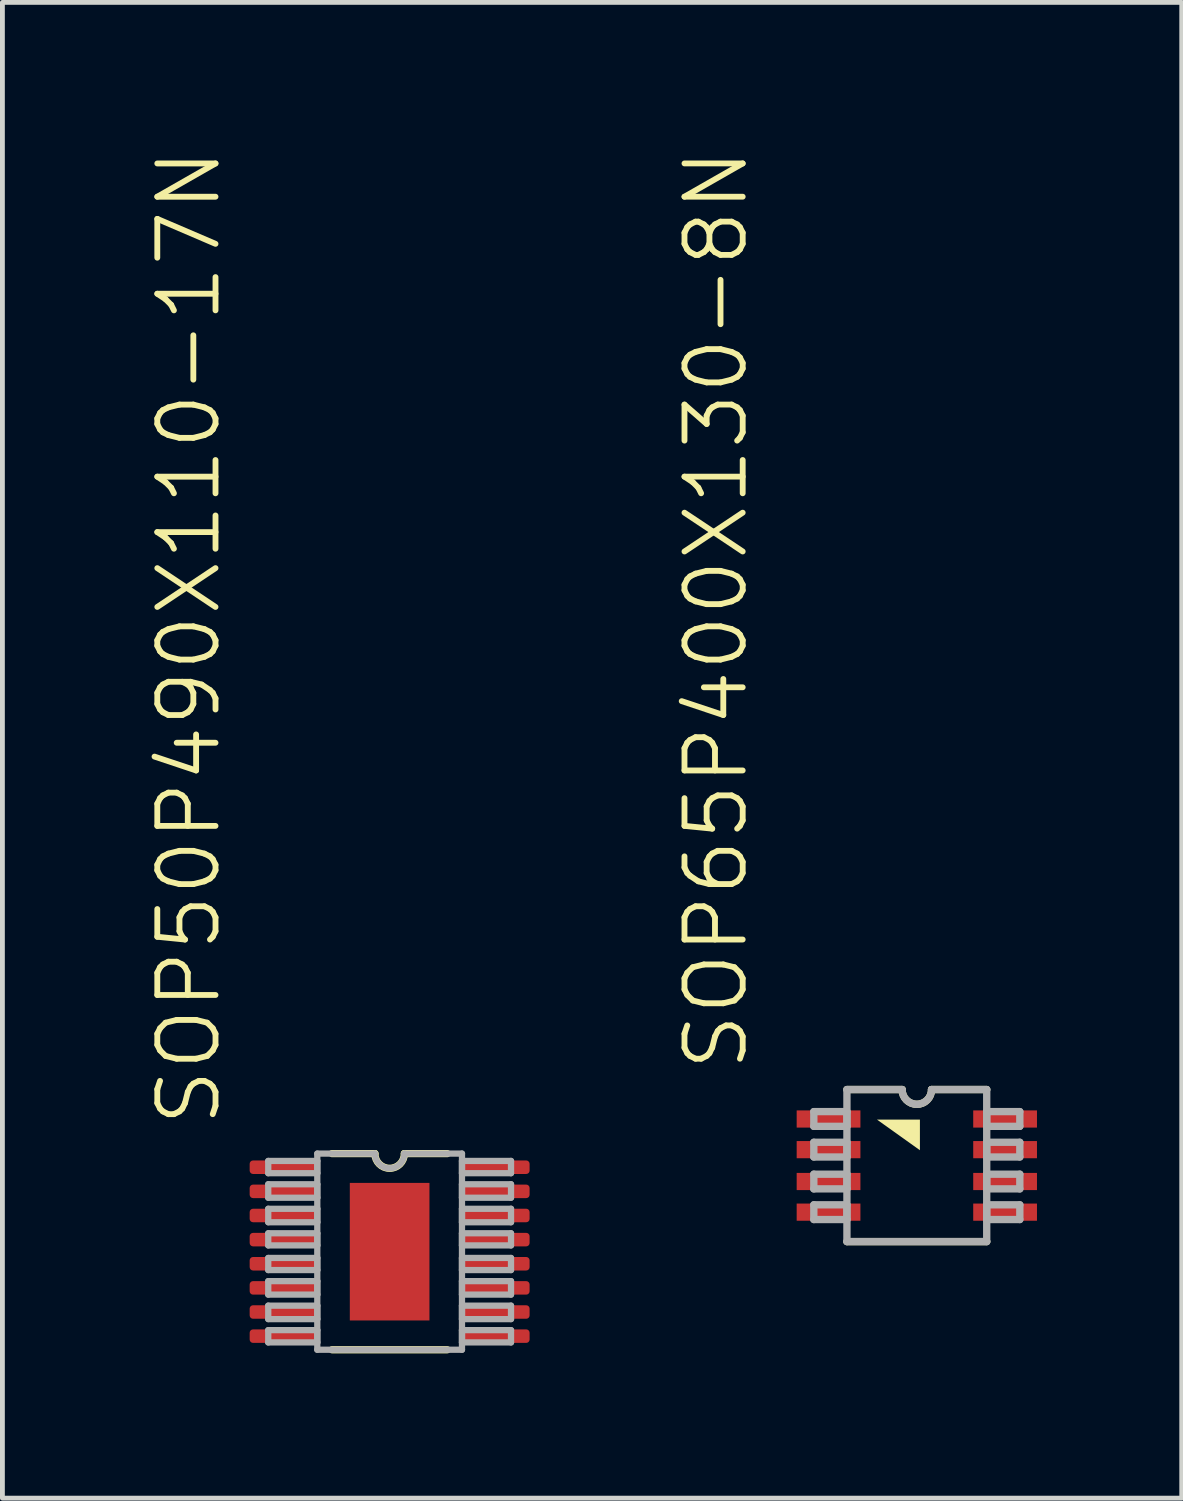
<source format=kicad_pcb>
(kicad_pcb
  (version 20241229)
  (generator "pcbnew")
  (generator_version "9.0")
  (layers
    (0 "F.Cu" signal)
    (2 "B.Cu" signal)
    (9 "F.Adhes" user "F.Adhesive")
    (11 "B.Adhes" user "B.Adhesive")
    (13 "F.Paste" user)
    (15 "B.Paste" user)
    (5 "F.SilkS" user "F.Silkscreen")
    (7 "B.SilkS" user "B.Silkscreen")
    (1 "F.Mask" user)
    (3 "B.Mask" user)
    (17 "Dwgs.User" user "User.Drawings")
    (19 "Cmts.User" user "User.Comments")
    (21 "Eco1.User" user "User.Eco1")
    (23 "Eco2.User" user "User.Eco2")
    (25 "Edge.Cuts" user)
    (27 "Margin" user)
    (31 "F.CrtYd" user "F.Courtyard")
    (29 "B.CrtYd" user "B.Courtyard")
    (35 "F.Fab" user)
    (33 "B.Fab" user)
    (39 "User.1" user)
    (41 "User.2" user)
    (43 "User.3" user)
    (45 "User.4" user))
  (footprint "SOP65P400X130-8N"
    (layer "F.Cu")
    (at 15.946 21.1)
    (property "Reference" "SOP65P400X130-8N" (at -3.454 -1.905 270) (layer "F.SilkS") (effects (font (size 1.206 1.206) (thickness 0.121)) (justify left bottom)))
    (attr through_hole)
    (fp_line (start -1.448 1.575) (end 1.448 1.575) (stroke (width 0.152) (type solid)) (layer "F.SilkS"))
    (fp_line (start -0.305 -1.575) (end -1.448 -1.575) (stroke (width 0.152) (type solid)) (layer "F.SilkS"))
    (fp_line (start 1.448 -1.575) (end 0.305 -1.575) (stroke (width 0.152) (type solid)) (layer "F.SilkS"))
    (fp_arc (start 0.3048 -1.5748) (mid 0 -1.27) (end -0.3048 -1.5748) (stroke (width 0.1524) (type solid)) (layer "F.SilkS"))
    (fp_poly (pts (xy -0.826 -0.953) (xy 0.064 -0.953) (xy 0.064 -0.318)) (stroke (width 0) (type solid)) (fill yes) (layer "F.SilkS"))
    (fp_line (start -2.134 -1.118) (end -2.134 -0.813) (stroke (width 0.152) (type solid)) (layer "F.Fab"))
    (fp_line (start -2.134 -0.813) (end -1.448 -0.813) (stroke (width 0.152) (type solid)) (layer "F.Fab"))
    (fp_line (start -2.134 -0.483) (end -2.134 -0.178) (stroke (width 0.152) (type solid)) (layer "F.Fab"))
    (fp_line (start -2.134 -0.178) (end -1.448 -0.178) (stroke (width 0.152) (type solid)) (layer "F.Fab"))
    (fp_line (start -2.134 0.178) (end -2.134 0.483) (stroke (width 0.152) (type solid)) (layer "F.Fab"))
    (fp_line (start -2.134 0.483) (end -1.448 0.483) (stroke (width 0.152) (type solid)) (layer "F.Fab"))
    (fp_line (start -2.134 0.813) (end -2.134 1.118) (stroke (width 0.152) (type solid)) (layer "F.Fab"))
    (fp_line (start -2.134 1.118) (end -1.448 1.118) (stroke (width 0.152) (type solid)) (layer "F.Fab"))
    (fp_line (start -1.448 -1.575) (end -1.448 1.575) (stroke (width 0.152) (type solid)) (layer "F.Fab"))
    (fp_line (start -1.448 -1.118) (end -2.134 -1.118) (stroke (width 0.152) (type solid)) (layer "F.Fab"))
    (fp_line (start -1.448 -0.813) (end -1.448 -1.118) (stroke (width 0.152) (type solid)) (layer "F.Fab"))
    (fp_line (start -1.448 -0.483) (end -2.134 -0.483) (stroke (width 0.152) (type solid)) (layer "F.Fab"))
    (fp_line (start -1.448 -0.178) (end -1.448 -0.483) (stroke (width 0.152) (type solid)) (layer "F.Fab"))
    (fp_line (start -1.448 0.178) (end -2.134 0.178) (stroke (width 0.152) (type solid)) (layer "F.Fab"))
    (fp_line (start -1.448 0.483) (end -1.448 0.178) (stroke (width 0.152) (type solid)) (layer "F.Fab"))
    (fp_line (start -1.448 0.813) (end -2.134 0.813) (stroke (width 0.152) (type solid)) (layer "F.Fab"))
    (fp_line (start -1.448 1.118) (end -1.448 0.813) (stroke (width 0.152) (type solid)) (layer "F.Fab"))
    (fp_line (start -1.448 1.575) (end 1.448 1.575) (stroke (width 0.152) (type solid)) (layer "F.Fab"))
    (fp_line (start -0.305 -1.575) (end -1.448 -1.575) (stroke (width 0.152) (type solid)) (layer "F.Fab"))
    (fp_line (start 1.448 -1.575) (end 0.305 -1.575) (stroke (width 0.152) (type solid)) (layer "F.Fab"))
    (fp_line (start 1.448 -1.118) (end 1.448 -0.813) (stroke (width 0.152) (type solid)) (layer "F.Fab"))
    (fp_line (start 1.448 -0.813) (end 2.134 -0.813) (stroke (width 0.152) (type solid)) (layer "F.Fab"))
    (fp_line (start 1.448 -0.483) (end 1.448 -0.178) (stroke (width 0.152) (type solid)) (layer "F.Fab"))
    (fp_line (start 1.448 -0.178) (end 2.134 -0.178) (stroke (width 0.152) (type solid)) (layer "F.Fab"))
    (fp_line (start 1.448 0.178) (end 1.448 0.483) (stroke (width 0.152) (type solid)) (layer "F.Fab"))
    (fp_line (start 1.448 0.483) (end 2.134 0.483) (stroke (width 0.152) (type solid)) (layer "F.Fab"))
    (fp_line (start 1.448 0.813) (end 1.448 1.118) (stroke (width 0.152) (type solid)) (layer "F.Fab"))
    (fp_line (start 1.448 1.118) (end 2.134 1.118) (stroke (width 0.152) (type solid)) (layer "F.Fab"))
    (fp_line (start 1.448 1.575) (end 1.448 -1.575) (stroke (width 0.152) (type solid)) (layer "F.Fab"))
    (fp_line (start 2.134 -1.118) (end 1.448 -1.118) (stroke (width 0.152) (type solid)) (layer "F.Fab"))
    (fp_line (start 2.134 -0.813) (end 2.134 -1.118) (stroke (width 0.152) (type solid)) (layer "F.Fab"))
    (fp_line (start 2.134 -0.483) (end 1.448 -0.483) (stroke (width 0.152) (type solid)) (layer "F.Fab"))
    (fp_line (start 2.134 -0.178) (end 2.134 -0.483) (stroke (width 0.152) (type solid)) (layer "F.Fab"))
    (fp_line (start 2.134 0.178) (end 1.448 0.178) (stroke (width 0.152) (type solid)) (layer "F.Fab"))
    (fp_line (start 2.134 0.483) (end 2.134 0.178) (stroke (width 0.152) (type solid)) (layer "F.Fab"))
    (fp_line (start 2.134 0.813) (end 1.448 0.813) (stroke (width 0.152) (type solid)) (layer "F.Fab"))
    (fp_line (start 2.134 1.118) (end 2.134 0.813) (stroke (width 0.152) (type solid)) (layer "F.Fab"))
    (fp_arc (start 0.3048 -1.5748) (mid 0 -1.27) (end -0.3048 -1.5748) (stroke (width 0.1524) (type solid)) (layer "F.Fab"))
    (pad "1" smd rect (at -1.829 -0.965) (size 1.321 0.356) (layers "F.Cu" "F.Mask" "F.Paste"))
    (pad "2" smd rect (at -1.829 -0.33) (size 1.321 0.356) (layers "F.Cu" "F.Mask" "F.Paste"))
    (pad "3" smd rect (at -1.829 0.33) (size 1.321 0.356) (layers "F.Cu" "F.Mask" "F.Paste"))
    (pad "4" smd rect (at -1.829 0.965) (size 1.321 0.356) (layers "F.Cu" "F.Mask" "F.Paste"))
    (pad "5" smd rect (at 1.829 0.965) (size 1.321 0.356) (layers "F.Cu" "F.Mask" "F.Paste"))
    (pad "6" smd rect (at 1.829 0.33) (size 1.321 0.356) (layers "F.Cu" "F.Mask" "F.Paste"))
    (pad "7" smd rect (at 1.829 -0.33) (size 1.321 0.356) (layers "F.Cu" "F.Mask" "F.Paste"))
    (pad "8" smd rect (at 1.829 -0.965) (size 1.321 0.356) (layers "F.Cu" "F.Mask" "F.Paste")))
  (footprint "SOP50P490X110-17N"
    (layer "F.Cu")
    (at 5.023 22.884)
    (property "Reference" "SOP50P490X110-17N" (at -3.454 -2.54 270) (layer "F.SilkS") (effects (font (size 1.206 1.206) (thickness 0.121)) (justify left bottom)))
    (attr through_hole)
    (fp_line (start -1.194 2.032) (end 1.194 2.032) (stroke (width 0.15) (type solid)) (layer "F.SilkS"))
    (fp_line (start -0.305 -2.032) (end -1.194 -2.032) (stroke (width 0.15) (type solid)) (layer "F.SilkS"))
    (fp_line (start 1.194 -2.032) (end 0.305 -2.032) (stroke (width 0.15) (type solid)) (layer "F.SilkS"))
    (fp_arc (start 0.3048 -2.032) (mid 0 -1.7272) (end -0.3048 -2.032) (stroke (width 0.15) (type solid)) (layer "F.SilkS"))
    (fp_line (start -2.515 -1.88) (end -2.515 -1.626) (stroke (width 0.13) (type solid)) (layer "F.Fab"))
    (fp_line (start -2.515 -1.626) (end -1.499 -1.626) (stroke (width 0.13) (type solid)) (layer "F.Fab"))
    (fp_line (start -2.515 -1.397) (end -2.515 -1.118) (stroke (width 0.13) (type solid)) (layer "F.Fab"))
    (fp_line (start -2.515 -1.118) (end -1.499 -1.118) (stroke (width 0.13) (type solid)) (layer "F.Fab"))
    (fp_line (start -2.515 -0.889) (end -2.515 -0.61) (stroke (width 0.13) (type solid)) (layer "F.Fab"))
    (fp_line (start -2.515 -0.61) (end -1.499 -0.61) (stroke (width 0.13) (type solid)) (layer "F.Fab"))
    (fp_line (start -2.515 -0.381) (end -2.515 -0.13) (stroke (width 0.13) (type solid)) (layer "F.Fab"))
    (fp_line (start -2.515 -0.13) (end -1.499 -0.13) (stroke (width 0.13) (type solid)) (layer "F.Fab"))
    (fp_line (start -2.515 0.13) (end -2.515 0.381) (stroke (width 0.13) (type solid)) (layer "F.Fab"))
    (fp_line (start -2.515 0.381) (end -1.499 0.381) (stroke (width 0.13) (type solid)) (layer "F.Fab"))
    (fp_line (start -2.515 0.61) (end -2.515 0.889) (stroke (width 0.13) (type solid)) (layer "F.Fab"))
    (fp_line (start -2.515 0.889) (end -1.499 0.889) (stroke (width 0.13) (type solid)) (layer "F.Fab"))
    (fp_line (start -2.515 1.118) (end -2.515 1.397) (stroke (width 0.13) (type solid)) (layer "F.Fab"))
    (fp_line (start -2.515 1.397) (end -1.499 1.397) (stroke (width 0.13) (type solid)) (layer "F.Fab"))
    (fp_line (start -2.515 1.626) (end -2.515 1.88) (stroke (width 0.13) (type solid)) (layer "F.Fab"))
    (fp_line (start -2.515 1.88) (end -1.499 1.88) (stroke (width 0.13) (type solid)) (layer "F.Fab"))
    (fp_line (start -1.499 -2.032) (end -1.499 2.032) (stroke (width 0.13) (type solid)) (layer "F.Fab"))
    (fp_line (start -1.499 -1.88) (end -2.515 -1.88) (stroke (width 0.13) (type solid)) (layer "F.Fab"))
    (fp_line (start -1.499 -1.626) (end -1.499 -1.88) (stroke (width 0.13) (type solid)) (layer "F.Fab"))
    (fp_line (start -1.499 -1.397) (end -2.515 -1.397) (stroke (width 0.13) (type solid)) (layer "F.Fab"))
    (fp_line (start -1.499 -1.118) (end -1.499 -1.397) (stroke (width 0.13) (type solid)) (layer "F.Fab"))
    (fp_line (start -1.499 -0.889) (end -2.515 -0.889) (stroke (width 0.13) (type solid)) (layer "F.Fab"))
    (fp_line (start -1.499 -0.61) (end -1.499 -0.889) (stroke (width 0.13) (type solid)) (layer "F.Fab"))
    (fp_line (start -1.499 -0.381) (end -2.515 -0.381) (stroke (width 0.13) (type solid)) (layer "F.Fab"))
    (fp_line (start -1.499 -0.13) (end -1.499 -0.381) (stroke (width 0.13) (type solid)) (layer "F.Fab"))
    (fp_line (start -1.499 0.13) (end -2.515 0.13) (stroke (width 0.13) (type solid)) (layer "F.Fab"))
    (fp_line (start -1.499 0.381) (end -1.499 0.13) (stroke (width 0.13) (type solid)) (layer "F.Fab"))
    (fp_line (start -1.499 0.61) (end -2.515 0.61) (stroke (width 0.13) (type solid)) (layer "F.Fab"))
    (fp_line (start -1.499 0.889) (end -1.499 0.61) (stroke (width 0.13) (type solid)) (layer "F.Fab"))
    (fp_line (start -1.499 1.118) (end -2.515 1.118) (stroke (width 0.13) (type solid)) (layer "F.Fab"))
    (fp_line (start -1.499 1.397) (end -1.499 1.118) (stroke (width 0.13) (type solid)) (layer "F.Fab"))
    (fp_line (start -1.499 1.626) (end -2.515 1.626) (stroke (width 0.13) (type solid)) (layer "F.Fab"))
    (fp_line (start -1.499 1.88) (end -1.499 1.626) (stroke (width 0.13) (type solid)) (layer "F.Fab"))
    (fp_line (start -1.499 2.032) (end 1.499 2.032) (stroke (width 0.13) (type solid)) (layer "F.Fab"))
    (fp_line (start -0.305 -2.032) (end -1.499 -2.032) (stroke (width 0.13) (type solid)) (layer "F.Fab"))
    (fp_line (start 1.499 -2.032) (end 0.305 -2.032) (stroke (width 0.13) (type solid)) (layer "F.Fab"))
    (fp_line (start 1.499 -1.88) (end 1.499 -1.626) (stroke (width 0.13) (type solid)) (layer "F.Fab"))
    (fp_line (start 1.499 -1.626) (end 2.515 -1.626) (stroke (width 0.13) (type solid)) (layer "F.Fab"))
    (fp_line (start 1.499 -1.397) (end 1.499 -1.118) (stroke (width 0.13) (type solid)) (layer "F.Fab"))
    (fp_line (start 1.499 -1.118) (end 2.515 -1.118) (stroke (width 0.13) (type solid)) (layer "F.Fab"))
    (fp_line (start 1.499 -0.889) (end 1.499 -0.61) (stroke (width 0.13) (type solid)) (layer "F.Fab"))
    (fp_line (start 1.499 -0.61) (end 2.515 -0.61) (stroke (width 0.13) (type solid)) (layer "F.Fab"))
    (fp_line (start 1.499 -0.381) (end 1.499 -0.13) (stroke (width 0.13) (type solid)) (layer "F.Fab"))
    (fp_line (start 1.499 -0.13) (end 2.515 -0.13) (stroke (width 0.13) (type solid)) (layer "F.Fab"))
    (fp_line (start 1.499 0.13) (end 1.499 0.381) (stroke (width 0.13) (type solid)) (layer "F.Fab"))
    (fp_line (start 1.499 0.381) (end 2.515 0.381) (stroke (width 0.13) (type solid)) (layer "F.Fab"))
    (fp_line (start 1.499 0.61) (end 1.499 0.889) (stroke (width 0.13) (type solid)) (layer "F.Fab"))
    (fp_line (start 1.499 0.889) (end 2.515 0.889) (stroke (width 0.13) (type solid)) (layer "F.Fab"))
    (fp_line (start 1.499 1.118) (end 1.499 1.397) (stroke (width 0.13) (type solid)) (layer "F.Fab"))
    (fp_line (start 1.499 1.397) (end 2.515 1.397) (stroke (width 0.13) (type solid)) (layer "F.Fab"))
    (fp_line (start 1.499 1.626) (end 1.499 1.88) (stroke (width 0.13) (type solid)) (layer "F.Fab"))
    (fp_line (start 1.499 1.88) (end 2.515 1.88) (stroke (width 0.13) (type solid)) (layer "F.Fab"))
    (fp_line (start 1.499 2.032) (end 1.499 -2.032) (stroke (width 0.13) (type solid)) (layer "F.Fab"))
    (fp_line (start 2.515 -1.88) (end 1.499 -1.88) (stroke (width 0.13) (type solid)) (layer "F.Fab"))
    (fp_line (start 2.515 -1.626) (end 2.515 -1.88) (stroke (width 0.13) (type solid)) (layer "F.Fab"))
    (fp_line (start 2.515 -1.397) (end 1.499 -1.397) (stroke (width 0.13) (type solid)) (layer "F.Fab"))
    (fp_line (start 2.515 -1.118) (end 2.515 -1.397) (stroke (width 0.13) (type solid)) (layer "F.Fab"))
    (fp_line (start 2.515 -0.889) (end 1.499 -0.889) (stroke (width 0.13) (type solid)) (layer "F.Fab"))
    (fp_line (start 2.515 -0.61) (end 2.515 -0.889) (stroke (width 0.13) (type solid)) (layer "F.Fab"))
    (fp_line (start 2.515 -0.381) (end 1.499 -0.381) (stroke (width 0.13) (type solid)) (layer "F.Fab"))
    (fp_line (start 2.515 -0.13) (end 2.515 -0.381) (stroke (width 0.13) (type solid)) (layer "F.Fab"))
    (fp_line (start 2.515 0.13) (end 1.499 0.13) (stroke (width 0.13) (type solid)) (layer "F.Fab"))
    (fp_line (start 2.515 0.381) (end 2.515 0.13) (stroke (width 0.13) (type solid)) (layer "F.Fab"))
    (fp_line (start 2.515 0.61) (end 1.499 0.61) (stroke (width 0.13) (type solid)) (layer "F.Fab"))
    (fp_line (start 2.515 0.889) (end 2.515 0.61) (stroke (width 0.13) (type solid)) (layer "F.Fab"))
    (fp_line (start 2.515 1.118) (end 1.499 1.118) (stroke (width 0.13) (type solid)) (layer "F.Fab"))
    (fp_line (start 2.515 1.397) (end 2.515 1.118) (stroke (width 0.13) (type solid)) (layer "F.Fab"))
    (fp_line (start 2.515 1.626) (end 1.499 1.626) (stroke (width 0.13) (type solid)) (layer "F.Fab"))
    (fp_line (start 2.515 1.88) (end 2.515 1.626) (stroke (width 0.13) (type solid)) (layer "F.Fab"))
    (fp_arc (start 0.3048 -2.032) (mid 0 -1.7272) (end -0.3048 -2.032) (stroke (width 0.13) (type solid)) (layer "F.Fab"))
    (pad "1" smd roundrect (at -2.2 -1.75) (size 1.4 0.28) (layers "F.Cu" "F.Mask" "F.Paste") (roundrect_rratio 0.25))
    (pad "2" smd roundrect (at -2.2 -1.25) (size 1.4 0.28) (layers "F.Cu" "F.Mask" "F.Paste") (roundrect_rratio 0.25))
    (pad "3" smd roundrect (at -2.2 -0.75) (size 1.4 0.28) (layers "F.Cu" "F.Mask" "F.Paste") (roundrect_rratio 0.25))
    (pad "4" smd roundrect (at -2.2 -0.25) (size 1.4 0.28) (layers "F.Cu" "F.Mask" "F.Paste") (roundrect_rratio 0.25))
    (pad "5" smd roundrect (at -2.2 0.25) (size 1.4 0.28) (layers "F.Cu" "F.Mask" "F.Paste") (roundrect_rratio 0.25))
    (pad "6" smd roundrect (at -2.2 0.75) (size 1.4 0.28) (layers "F.Cu" "F.Mask" "F.Paste") (roundrect_rratio 0.25))
    (pad "7" smd roundrect (at -2.2 1.25) (size 1.4 0.28) (layers "F.Cu" "F.Mask" "F.Paste") (roundrect_rratio 0.25))
    (pad "8" smd roundrect (at -2.2 1.75) (size 1.4 0.28) (layers "F.Cu" "F.Mask" "F.Paste") (roundrect_rratio 0.25))
    (pad "9" smd roundrect (at 2.2 1.75) (size 1.4 0.28) (layers "F.Cu" "F.Mask" "F.Paste") (roundrect_rratio 0.25))
    (pad "10" smd roundrect (at 2.2 1.25) (size 1.4 0.28) (layers "F.Cu" "F.Mask" "F.Paste") (roundrect_rratio 0.25))
    (pad "11" smd roundrect (at 2.2 0.75) (size 1.4 0.28) (layers "F.Cu" "F.Mask" "F.Paste") (roundrect_rratio 0.25))
    (pad "12" smd roundrect (at 2.2 0.25) (size 1.4 0.28) (layers "F.Cu" "F.Mask" "F.Paste") (roundrect_rratio 0.25))
    (pad "13" smd roundrect (at 2.2 -0.25) (size 1.4 0.28) (layers "F.Cu" "F.Mask" "F.Paste") (roundrect_rratio 0.25))
    (pad "14" smd roundrect (at 2.2 -0.75) (size 1.4 0.28) (layers "F.Cu" "F.Mask" "F.Paste") (roundrect_rratio 0.25))
    (pad "15" smd roundrect (at 2.2 -1.25) (size 1.4 0.28) (layers "F.Cu" "F.Mask" "F.Paste") (roundrect_rratio 0.25))
    (pad "16" smd roundrect (at 2.2 -1.75) (size 1.4 0.28) (layers "F.Cu" "F.Mask" "F.Paste") (roundrect_rratio 0.25))
    (pad "17" smd rect (at 0 0) (size 1.65 2.85) (layers "F.Cu" "F.Mask" "F.Paste")))
  (gr_rect
    (start -3 -3)
    (end 21.435 27.991)
    (stroke (width 0.1) (type default))
    (fill no)
    (layer "Edge.Cuts")))
</source>
